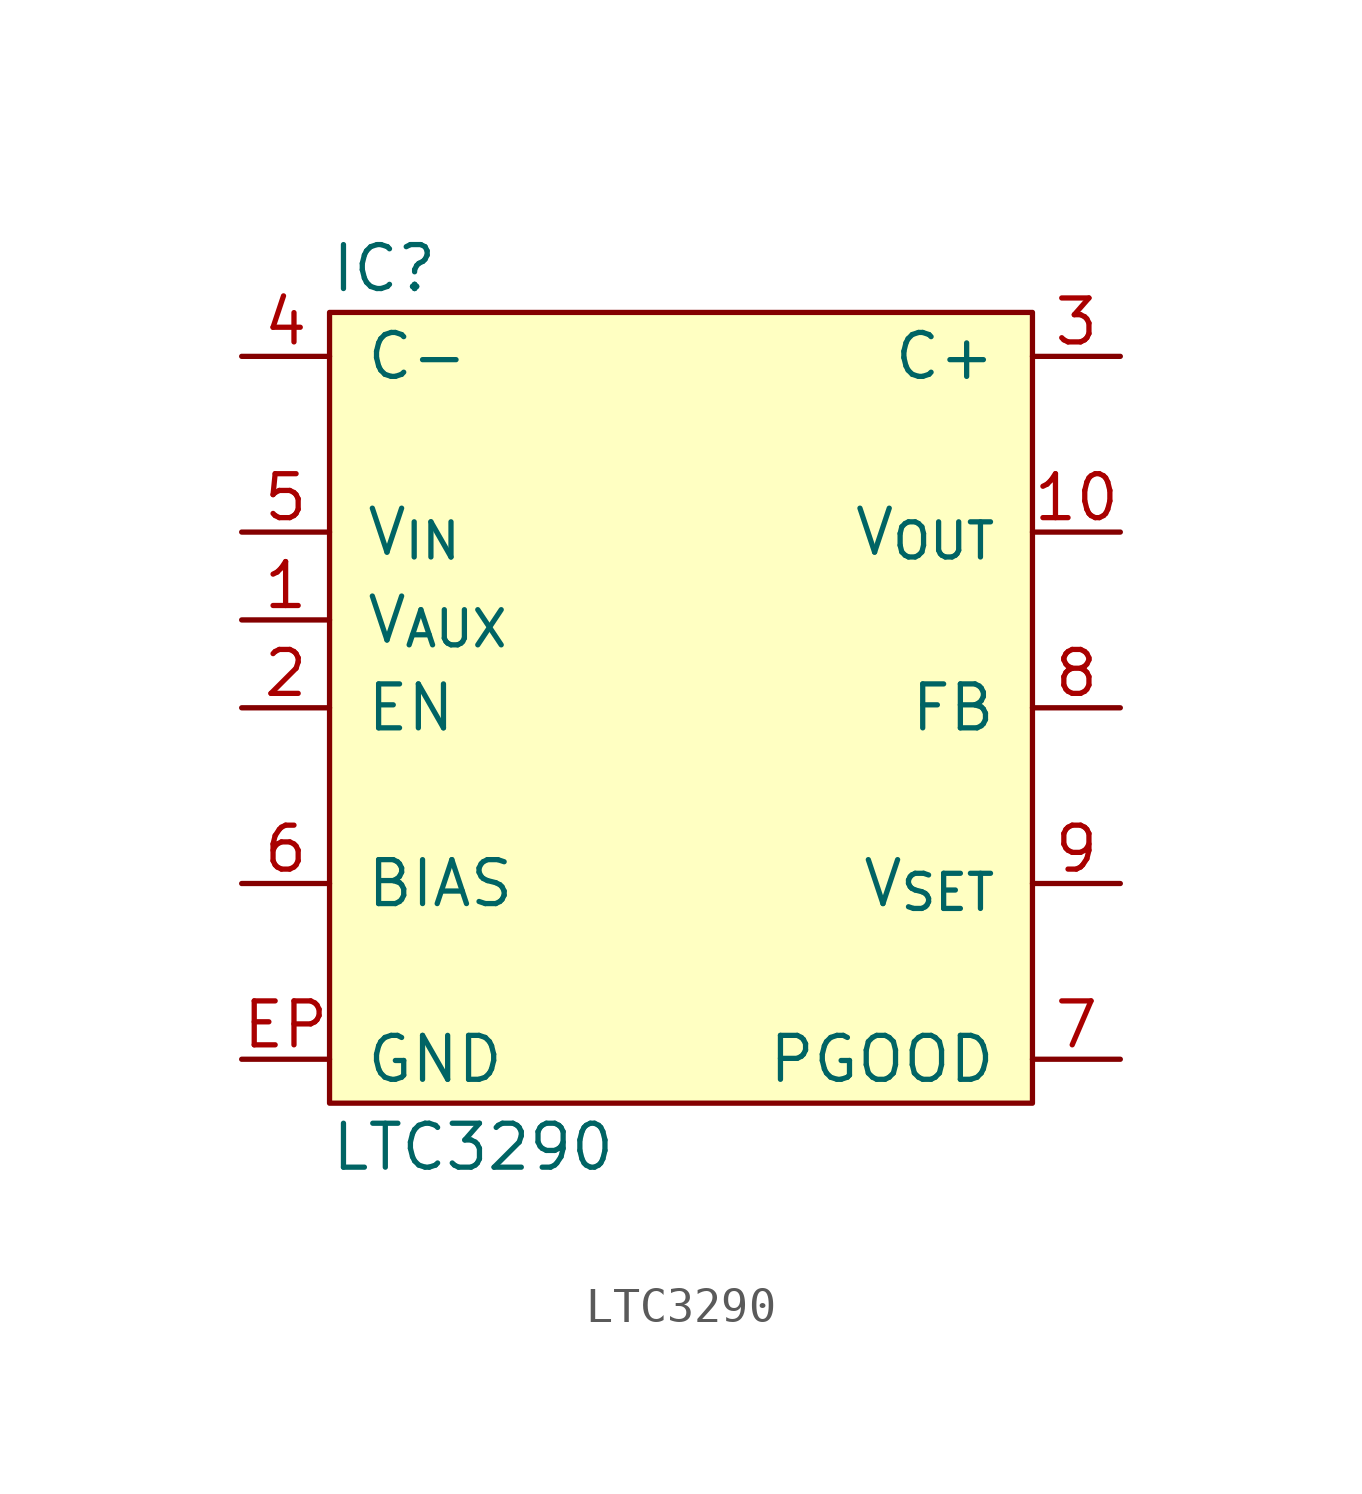
<source format=kicad_sym>
(kicad_symbol_lib
  (version 20211014)
  (generator agg_kicad.build_lib_ic)
  (symbol "LTC3290"
    (pin_names
      (offset 1.016))
    (property Reference IC
      (at -10.16 12.7 0)
      (effects (font (size 1.27 1.27)) (justify left)))
    (property Value "LTC3290"
      (at -10.16 -12.7 0)
      (effects (font (size 1.27 1.27)) (justify left)))
    (symbol "LTC3290_0_0"
      (rectangle (start -10.16 11.43) (end 10.16 -11.43) (stroke (width 0) (type default) (color 0 0 0 0)) (fill (type background)))
      (pin passive line (at -12.7 10.16 0) (length 2.54) (name "C-" (effects (font (size 1.27 1.27)))) (number "4" (effects (font (size 1.27 1.27)))))
      (pin power_in line (at -12.7 5.08 0) (length 2.54) (name "V_{IN}" (effects (font (size 1.27 1.27)))) (number "5" (effects (font (size 1.27 1.27)))))
      (pin power_in line (at -12.7 2.54 0) (length 2.54) (name "V_{AUX}" (effects (font (size 1.27 1.27)))) (number "1" (effects (font (size 1.27 1.27)))))
      (pin input line (at -12.7 0 0) (length 2.54) (name EN (effects (font (size 1.27 1.27)))) (number "2" (effects (font (size 1.27 1.27)))))
      (pin passive line (at -12.7 -5.08 0) (length 2.54) (name BIAS (effects (font (size 1.27 1.27)))) (number "6" (effects (font (size 1.27 1.27)))))
      (pin power_in line (at -12.7 -10.16 0) (length 2.54) (name GND (effects (font (size 1.27 1.27)))) (number EP (effects (font (size 1.27 1.27)))))
      (pin passive line (at 12.7 10.16 180) (length 2.54) (name "C+" (effects (font (size 1.27 1.27)))) (number "3" (effects (font (size 1.27 1.27)))))
      (pin power_out line (at 12.7 5.08 180) (length 2.54) (name "V_{OUT}" (effects (font (size 1.27 1.27)))) (number "10" (effects (font (size 1.27 1.27)))))
      (pin input line (at 12.7 0 180) (length 2.54) (name FB (effects (font (size 1.27 1.27)))) (number "8" (effects (font (size 1.27 1.27)))))
      (pin input line (at 12.7 -5.08 180) (length 2.54) (name "V_{SET}" (effects (font (size 1.27 1.27)))) (number "9" (effects (font (size 1.27 1.27)))))
      (pin open_collector line (at 12.7 -10.16 180) (length 2.54) (name PGOOD (effects (font (size 1.27 1.27)))) (number "7" (effects (font (size 1.27 1.27))))))))
</source>
